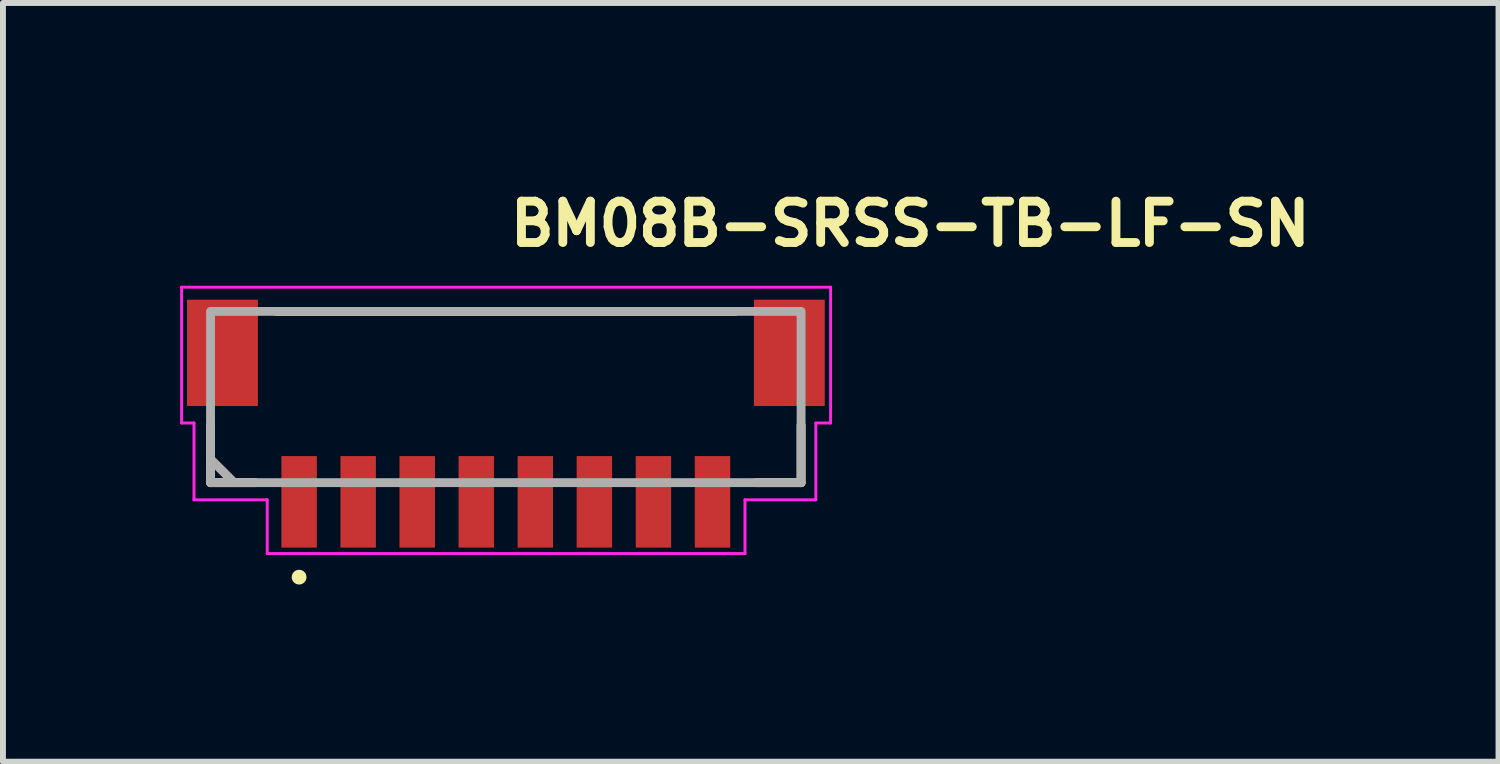
<source format=kicad_pcb>
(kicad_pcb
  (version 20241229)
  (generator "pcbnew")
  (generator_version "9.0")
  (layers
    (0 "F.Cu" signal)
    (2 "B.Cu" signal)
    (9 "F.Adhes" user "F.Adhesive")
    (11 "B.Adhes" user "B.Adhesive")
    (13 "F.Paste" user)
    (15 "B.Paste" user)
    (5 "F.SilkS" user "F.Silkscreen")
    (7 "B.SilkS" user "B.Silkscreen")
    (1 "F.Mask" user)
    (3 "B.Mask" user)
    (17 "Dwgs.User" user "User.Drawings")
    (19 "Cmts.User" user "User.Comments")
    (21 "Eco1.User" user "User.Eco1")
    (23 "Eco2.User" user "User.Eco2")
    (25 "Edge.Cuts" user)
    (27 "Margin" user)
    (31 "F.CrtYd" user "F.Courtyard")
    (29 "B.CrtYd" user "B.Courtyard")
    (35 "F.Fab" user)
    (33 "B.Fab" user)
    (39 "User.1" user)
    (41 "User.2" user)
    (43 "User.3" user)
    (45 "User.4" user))
  (footprint "BM08B-SRSS-TB-LF-SN"
    (layer "F.Cu")
    (at 5.515 4.15)
    (property "Reference" "BM08B-SRSS-TB-LF-SN" (at 0 -3 0) (layer "F.SilkS") (effects (font (size 0.7 0.7) (thickness 0.15)) (justify left bottom)))
    (attr smd)
    (fp_line (start -5 0.973) (end -5 0) (stroke (width 0.15) (type solid)) (layer "F.SilkS"))
    (fp_line (start -4.242 0.973) (end -5 0.973) (stroke (width 0.15) (type solid)) (layer "F.SilkS"))
    (fp_line (start 3.88 -1.926) (end -3.88 -1.926) (stroke (width 0.15) (type solid)) (layer "F.SilkS"))
    (fp_line (start 4.242 0.973) (end 5 0.973) (stroke (width 0.15) (type solid)) (layer "F.SilkS"))
    (fp_line (start 5 0.973) (end 5 0) (stroke (width 0.15) (type solid)) (layer "F.SilkS"))
    (fp_circle (center -3.5 2.573) (end -3.45 2.573) (stroke (width 0.15) (type solid)) (fill yes) (layer "F.SilkS"))
    (fp_line (start -5.49 -2.337) (end 5.5 -2.337) (stroke (width 0.05) (type solid)) (layer "F.CrtYd"))
    (fp_line (start -5.49 -0.037) (end -5.49 -2.337) (stroke (width 0.05) (type solid)) (layer "F.CrtYd"))
    (fp_line (start -5.28 -0.037) (end -5.49 -0.037) (stroke (width 0.05) (type solid)) (layer "F.CrtYd"))
    (fp_line (start -5.28 1.263) (end -5.28 -0.037) (stroke (width 0.05) (type solid)) (layer "F.CrtYd"))
    (fp_line (start -4.04 1.263) (end -5.28 1.263) (stroke (width 0.05) (type solid)) (layer "F.CrtYd"))
    (fp_line (start -4.04 2.173) (end -4.04 1.263) (stroke (width 0.05) (type solid)) (layer "F.CrtYd"))
    (fp_line (start 4.05 1.263) (end 4.05 2.173) (stroke (width 0.05) (type solid)) (layer "F.CrtYd"))
    (fp_line (start 4.05 2.173) (end -4.04 2.173) (stroke (width 0.05) (type solid)) (layer "F.CrtYd"))
    (fp_line (start 5.25 -0.037) (end 5.25 1.263) (stroke (width 0.05) (type solid)) (layer "F.CrtYd"))
    (fp_line (start 5.25 1.263) (end 4.05 1.263) (stroke (width 0.05) (type solid)) (layer "F.CrtYd"))
    (fp_line (start 5.5 -2.337) (end 5.5 -0.037) (stroke (width 0.05) (type solid)) (layer "F.CrtYd"))
    (fp_line (start 5.5 -0.037) (end 5.25 -0.037) (stroke (width 0.05) (type solid)) (layer "F.CrtYd"))
    (fp_line (start -5 0.573) (end -4.6 0.973) (stroke (width 0.15) (type solid)) (layer "F.Fab"))
    (fp_rect (start -5 -1.927) (end 5 0.973) (stroke (width 0.15) (type solid)) (fill no) (layer "F.Fab"))
    (fp_rect (start 5 1.673) (end -5 -1.927) (stroke (width 0.1) (type solid)) (fill no) (layer "User.5"))
    (fp_line (start -4.999 -1.926) (end -4.999 -0.225) (stroke (width 0.02) (type solid)) (layer "User.9"))
    (fp_line (start -4.999 -1.926) (end 5 -1.926) (stroke (width 0.02) (type solid)) (layer "User.9"))
    (fp_line (start -4.999 0.425) (end -4.999 -0.225) (stroke (width 0.02) (type solid)) (layer "User.9"))
    (fp_line (start -4.999 0.974) (end -4.999 0.425) (stroke (width 0.02) (type solid)) (layer "User.9"))
    (fp_line (start -4.548 -1.025) (end -4.548 -0.425) (stroke (width 0.02) (type solid)) (layer "User.9"))
    (fp_line (start -4.548 -0.425) (end -4.2 -0.425) (stroke (width 0.02) (type solid)) (layer "User.9"))
    (fp_line (start -4.498 -0.225) (end -4.999 -0.225) (stroke (width 0.02) (type solid)) (layer "User.9"))
    (fp_line (start -4.498 -0.225) (end -4.498 0.974) (stroke (width 0.02) (type solid)) (layer "User.9"))
    (fp_line (start -4.498 0.425) (end -4.999 0.425) (stroke (width 0.02) (type solid)) (layer "User.9"))
    (fp_line (start -4.498 0.974) (end -4.999 0.974) (stroke (width 0.02) (type solid)) (layer "User.9"))
    (fp_line (start -4.498 0.974) (end 4.5 0.974) (stroke (width 0.02) (type solid)) (layer "User.9"))
    (fp_line (start -4.2 -1.525) (end -4.2 -1.025) (stroke (width 0.02) (type solid)) (layer "User.9"))
    (fp_line (start -4.2 -1.025) (end -4.548 -1.025) (stroke (width 0.02) (type solid)) (layer "User.9"))
    (fp_line (start -4.2 -0.425) (end -4.2 -1.025) (stroke (width 0.02) (type solid)) (layer "User.9"))
    (fp_line (start -4.2 -0.425) (end -4.2 0.575) (stroke (width 0.02) (type solid)) (layer "User.9"))
    (fp_line (start -4.2 0.575) (end 4.202 0.575) (stroke (width 0.02) (type solid)) (layer "User.9"))
    (fp_line (start -3.6 -1.105) (end -3.398 -1.105) (stroke (width 0.02) (type solid)) (layer "User.9"))
    (fp_line (start -3.6 -0.755) (end -3.6 -1.105) (stroke (width 0.02) (type solid)) (layer "User.9"))
    (fp_line (start -3.6 -0.755) (end -3.398 -0.755) (stroke (width 0.02) (type solid)) (layer "User.9"))
    (fp_line (start -3.6 -0.625) (end -3.6 -0.755) (stroke (width 0.02) (type solid)) (layer "User.9"))
    (fp_line (start -3.6 -0.625) (end -3.398 -0.625) (stroke (width 0.02) (type solid)) (layer "User.9"))
    (fp_line (start -3.6 1.673) (end -3.6 0.974) (stroke (width 0.02) (type solid)) (layer "User.9"))
    (fp_line (start -3.6 1.673) (end -3.398 1.673) (stroke (width 0.02) (type solid)) (layer "User.9"))
    (fp_line (start -3.398 -0.755) (end -3.398 -1.105) (stroke (width 0.02) (type solid)) (layer "User.9"))
    (fp_line (start -3.398 -0.625) (end -3.398 -0.755) (stroke (width 0.02) (type solid)) (layer "User.9"))
    (fp_line (start -3.398 1.673) (end -3.398 0.974) (stroke (width 0.02) (type solid)) (layer "User.9"))
    (fp_line (start -2.599 -1.105) (end -2.399 -1.105) (stroke (width 0.02) (type solid)) (layer "User.9"))
    (fp_line (start -2.599 -0.755) (end -2.599 -1.105) (stroke (width 0.02) (type solid)) (layer "User.9"))
    (fp_line (start -2.599 -0.755) (end -2.399 -0.755) (stroke (width 0.02) (type solid)) (layer "User.9"))
    (fp_line (start -2.599 -0.625) (end -2.599 -0.755) (stroke (width 0.02) (type solid)) (layer "User.9"))
    (fp_line (start -2.599 -0.625) (end -2.399 -0.625) (stroke (width 0.02) (type solid)) (layer "User.9"))
    (fp_line (start -2.599 1.673) (end -2.599 0.974) (stroke (width 0.02) (type solid)) (layer "User.9"))
    (fp_line (start -2.599 1.673) (end -2.399 1.673) (stroke (width 0.02) (type solid)) (layer "User.9"))
    (fp_line (start -2.399 -0.755) (end -2.399 -1.105) (stroke (width 0.02) (type solid)) (layer "User.9"))
    (fp_line (start -2.399 -0.625) (end -2.399 -0.755) (stroke (width 0.02) (type solid)) (layer "User.9"))
    (fp_line (start -2.399 1.673) (end -2.399 0.974) (stroke (width 0.02) (type solid)) (layer "User.9"))
    (fp_line (start -1.599 -1.105) (end -1.399 -1.105) (stroke (width 0.02) (type solid)) (layer "User.9"))
    (fp_line (start -1.599 -0.755) (end -1.599 -1.105) (stroke (width 0.02) (type solid)) (layer "User.9"))
    (fp_line (start -1.599 -0.755) (end -1.399 -0.755) (stroke (width 0.02) (type solid)) (layer "User.9"))
    (fp_line (start -1.599 -0.625) (end -1.599 -0.755) (stroke (width 0.02) (type solid)) (layer "User.9"))
    (fp_line (start -1.599 -0.625) (end -1.399 -0.625) (stroke (width 0.02) (type solid)) (layer "User.9"))
    (fp_line (start -1.599 1.673) (end -1.599 0.974) (stroke (width 0.02) (type solid)) (layer "User.9"))
    (fp_line (start -1.599 1.673) (end -1.399 1.673) (stroke (width 0.02) (type solid)) (layer "User.9"))
    (fp_line (start -1.399 -0.755) (end -1.399 -1.105) (stroke (width 0.02) (type solid)) (layer "User.9"))
    (fp_line (start -1.399 -0.625) (end -1.399 -0.755) (stroke (width 0.02) (type solid)) (layer "User.9"))
    (fp_line (start -1.399 1.673) (end -1.399 0.974) (stroke (width 0.02) (type solid)) (layer "User.9"))
    (fp_line (start -0.6 -1.105) (end -0.399 -1.105) (stroke (width 0.02) (type solid)) (layer "User.9"))
    (fp_line (start -0.6 -0.755) (end -0.6 -1.105) (stroke (width 0.02) (type solid)) (layer "User.9"))
    (fp_line (start -0.6 -0.755) (end -0.399 -0.755) (stroke (width 0.02) (type solid)) (layer "User.9"))
    (fp_line (start -0.6 -0.625) (end -0.6 -0.755) (stroke (width 0.02) (type solid)) (layer "User.9"))
    (fp_line (start -0.6 -0.625) (end -0.399 -0.625) (stroke (width 0.02) (type solid)) (layer "User.9"))
    (fp_line (start -0.6 1.673) (end -0.6 0.974) (stroke (width 0.02) (type solid)) (layer "User.9"))
    (fp_line (start -0.6 1.673) (end -0.399 1.673) (stroke (width 0.02) (type solid)) (layer "User.9"))
    (fp_line (start -0.399 -0.755) (end -0.399 -1.105) (stroke (width 0.02) (type solid)) (layer "User.9"))
    (fp_line (start -0.399 -0.625) (end -0.399 -0.755) (stroke (width 0.02) (type solid)) (layer "User.9"))
    (fp_line (start -0.399 1.673) (end -0.399 0.974) (stroke (width 0.02) (type solid)) (layer "User.9"))
    (fp_line (start 0.4 -1.105) (end 0.6 -1.105) (stroke (width 0.02) (type solid)) (layer "User.9"))
    (fp_line (start 0.4 -0.755) (end 0.4 -1.105) (stroke (width 0.02) (type solid)) (layer "User.9"))
    (fp_line (start 0.4 -0.755) (end 0.6 -0.755) (stroke (width 0.02) (type solid)) (layer "User.9"))
    (fp_line (start 0.4 -0.625) (end 0.4 -0.755) (stroke (width 0.02) (type solid)) (layer "User.9"))
    (fp_line (start 0.4 -0.625) (end 0.6 -0.625) (stroke (width 0.02) (type solid)) (layer "User.9"))
    (fp_line (start 0.4 1.673) (end 0.4 0.974) (stroke (width 0.02) (type solid)) (layer "User.9"))
    (fp_line (start 0.4 1.673) (end 0.6 1.673) (stroke (width 0.02) (type solid)) (layer "User.9"))
    (fp_line (start 0.6 -0.755) (end 0.6 -1.105) (stroke (width 0.02) (type solid)) (layer "User.9"))
    (fp_line (start 0.6 -0.625) (end 0.6 -0.755) (stroke (width 0.02) (type solid)) (layer "User.9"))
    (fp_line (start 0.6 1.673) (end 0.6 0.974) (stroke (width 0.02) (type solid)) (layer "User.9"))
    (fp_line (start 1.401 -1.105) (end 1.601 -1.105) (stroke (width 0.02) (type solid)) (layer "User.9"))
    (fp_line (start 1.401 -0.755) (end 1.401 -1.105) (stroke (width 0.02) (type solid)) (layer "User.9"))
    (fp_line (start 1.401 -0.755) (end 1.601 -0.755) (stroke (width 0.02) (type solid)) (layer "User.9"))
    (fp_line (start 1.401 -0.625) (end 1.401 -0.755) (stroke (width 0.02) (type solid)) (layer "User.9"))
    (fp_line (start 1.401 -0.625) (end 1.601 -0.625) (stroke (width 0.02) (type solid)) (layer "User.9"))
    (fp_line (start 1.401 1.673) (end 1.401 0.974) (stroke (width 0.02) (type solid)) (layer "User.9"))
    (fp_line (start 1.401 1.673) (end 1.601 1.673) (stroke (width 0.02) (type solid)) (layer "User.9"))
    (fp_line (start 1.601 -0.755) (end 1.601 -1.105) (stroke (width 0.02) (type solid)) (layer "User.9"))
    (fp_line (start 1.601 -0.625) (end 1.601 -0.755) (stroke (width 0.02) (type solid)) (layer "User.9"))
    (fp_line (start 1.601 1.673) (end 1.601 0.974) (stroke (width 0.02) (type solid)) (layer "User.9"))
    (fp_line (start 2.401 -1.105) (end 2.601 -1.105) (stroke (width 0.02) (type solid)) (layer "User.9"))
    (fp_line (start 2.401 -0.755) (end 2.401 -1.105) (stroke (width 0.02) (type solid)) (layer "User.9"))
    (fp_line (start 2.401 -0.755) (end 2.601 -0.755) (stroke (width 0.02) (type solid)) (layer "User.9"))
    (fp_line (start 2.401 -0.625) (end 2.401 -0.755) (stroke (width 0.02) (type solid)) (layer "User.9"))
    (fp_line (start 2.401 -0.625) (end 2.601 -0.625) (stroke (width 0.02) (type solid)) (layer "User.9"))
    (fp_line (start 2.401 1.673) (end 2.401 0.974) (stroke (width 0.02) (type solid)) (layer "User.9"))
    (fp_line (start 2.401 1.673) (end 2.601 1.673) (stroke (width 0.02) (type solid)) (layer "User.9"))
    (fp_line (start 2.601 -0.755) (end 2.601 -1.105) (stroke (width 0.02) (type solid)) (layer "User.9"))
    (fp_line (start 2.601 -0.625) (end 2.601 -0.755) (stroke (width 0.02) (type solid)) (layer "User.9"))
    (fp_line (start 2.601 1.673) (end 2.601 0.974) (stroke (width 0.02) (type solid)) (layer "User.9"))
    (fp_line (start 3.401 -1.105) (end 3.601 -1.105) (stroke (width 0.02) (type solid)) (layer "User.9"))
    (fp_line (start 3.401 -0.755) (end 3.401 -1.105) (stroke (width 0.02) (type solid)) (layer "User.9"))
    (fp_line (start 3.401 -0.755) (end 3.601 -0.755) (stroke (width 0.02) (type solid)) (layer "User.9"))
    (fp_line (start 3.401 -0.625) (end 3.401 -0.755) (stroke (width 0.02) (type solid)) (layer "User.9"))
    (fp_line (start 3.401 -0.625) (end 3.601 -0.625) (stroke (width 0.02) (type solid)) (layer "User.9"))
    (fp_line (start 3.401 1.673) (end 3.401 0.974) (stroke (width 0.02) (type solid)) (layer "User.9"))
    (fp_line (start 3.401 1.673) (end 3.601 1.673) (stroke (width 0.02) (type solid)) (layer "User.9"))
    (fp_line (start 3.601 -0.755) (end 3.601 -1.105) (stroke (width 0.02) (type solid)) (layer "User.9"))
    (fp_line (start 3.601 -0.625) (end 3.601 -0.755) (stroke (width 0.02) (type solid)) (layer "User.9"))
    (fp_line (start 3.601 1.673) (end 3.601 0.974) (stroke (width 0.02) (type solid)) (layer "User.9"))
    (fp_line (start 4.202 -1.525) (end -4.2 -1.525) (stroke (width 0.02) (type solid)) (layer "User.9"))
    (fp_line (start 4.202 -1.025) (end 4.202 -1.525) (stroke (width 0.02) (type solid)) (layer "User.9"))
    (fp_line (start 4.202 -1.025) (end 4.202 -0.425) (stroke (width 0.02) (type solid)) (layer "User.9"))
    (fp_line (start 4.202 -0.425) (end 4.551 -0.425) (stroke (width 0.02) (type solid)) (layer "User.9"))
    (fp_line (start 4.202 0.575) (end 4.202 -0.425) (stroke (width 0.02) (type solid)) (layer "User.9"))
    (fp_line (start 4.5 -0.225) (end 4.5 0.974) (stroke (width 0.02) (type solid)) (layer "User.9"))
    (fp_line (start 4.5 -0.225) (end 5 -0.225) (stroke (width 0.02) (type solid)) (layer "User.9"))
    (fp_line (start 4.5 0.425) (end 5 0.425) (stroke (width 0.02) (type solid)) (layer "User.9"))
    (fp_line (start 4.5 0.974) (end 5 0.974) (stroke (width 0.02) (type solid)) (layer "User.9"))
    (fp_line (start 4.551 -1.025) (end 4.202 -1.025) (stroke (width 0.02) (type solid)) (layer "User.9"))
    (fp_line (start 4.551 -0.425) (end 4.551 -1.025) (stroke (width 0.02) (type solid)) (layer "User.9"))
    (fp_line (start 5 -1.926) (end 5 -0.225) (stroke (width 0.02) (type solid)) (layer "User.9"))
    (fp_line (start 5 0.425) (end 5 -0.225) (stroke (width 0.02) (type solid)) (layer "User.9"))
    (fp_line (start 5 0.974) (end 5 0.425) (stroke (width 0.02) (type solid)) (layer "User.9"))
    (pad "1" smd rect (at -3.5 1.298 180) (size 0.6 1.55) (layers "F.Cu" "F.Mask" "F.Paste"))
    (pad "2" smd rect (at -2.5 1.298 180) (size 0.6 1.55) (layers "F.Cu" "F.Mask" "F.Paste"))
    (pad "3" smd rect (at -1.5 1.298 180) (size 0.6 1.55) (layers "F.Cu" "F.Mask" "F.Paste"))
    (pad "4" smd rect (at -0.5 1.298 180) (size 0.6 1.55) (layers "F.Cu" "F.Mask" "F.Paste"))
    (pad "5" smd rect (at 0.5 1.298 180) (size 0.6 1.55) (layers "F.Cu" "F.Mask" "F.Paste"))
    (pad "6" smd rect (at 1.5 1.298 180) (size 0.6 1.55) (layers "F.Cu" "F.Mask" "F.Paste"))
    (pad "7" smd rect (at 2.5 1.298 180) (size 0.6 1.55) (layers "F.Cu" "F.Mask" "F.Paste"))
    (pad "8" smd rect (at 3.5 1.298 180) (size 0.6 1.55) (layers "F.Cu" "F.Mask" "F.Paste"))
    (pad "MP" smd rect (at -4.798 -1.225 180) (size 1.2 1.8) (layers "F.Cu" "F.Mask" "F.Paste"))
    (pad "MP" smd rect (at 4.801 -1.225 180) (size 1.2 1.8) (layers "F.Cu" "F.Mask" "F.Paste")))
  (gr_rect
    (start -3 -3)
    (end 22.325 9.848)
    (stroke (width 0.1) (type default))
    (fill no)
    (layer "Edge.Cuts")))
</source>
